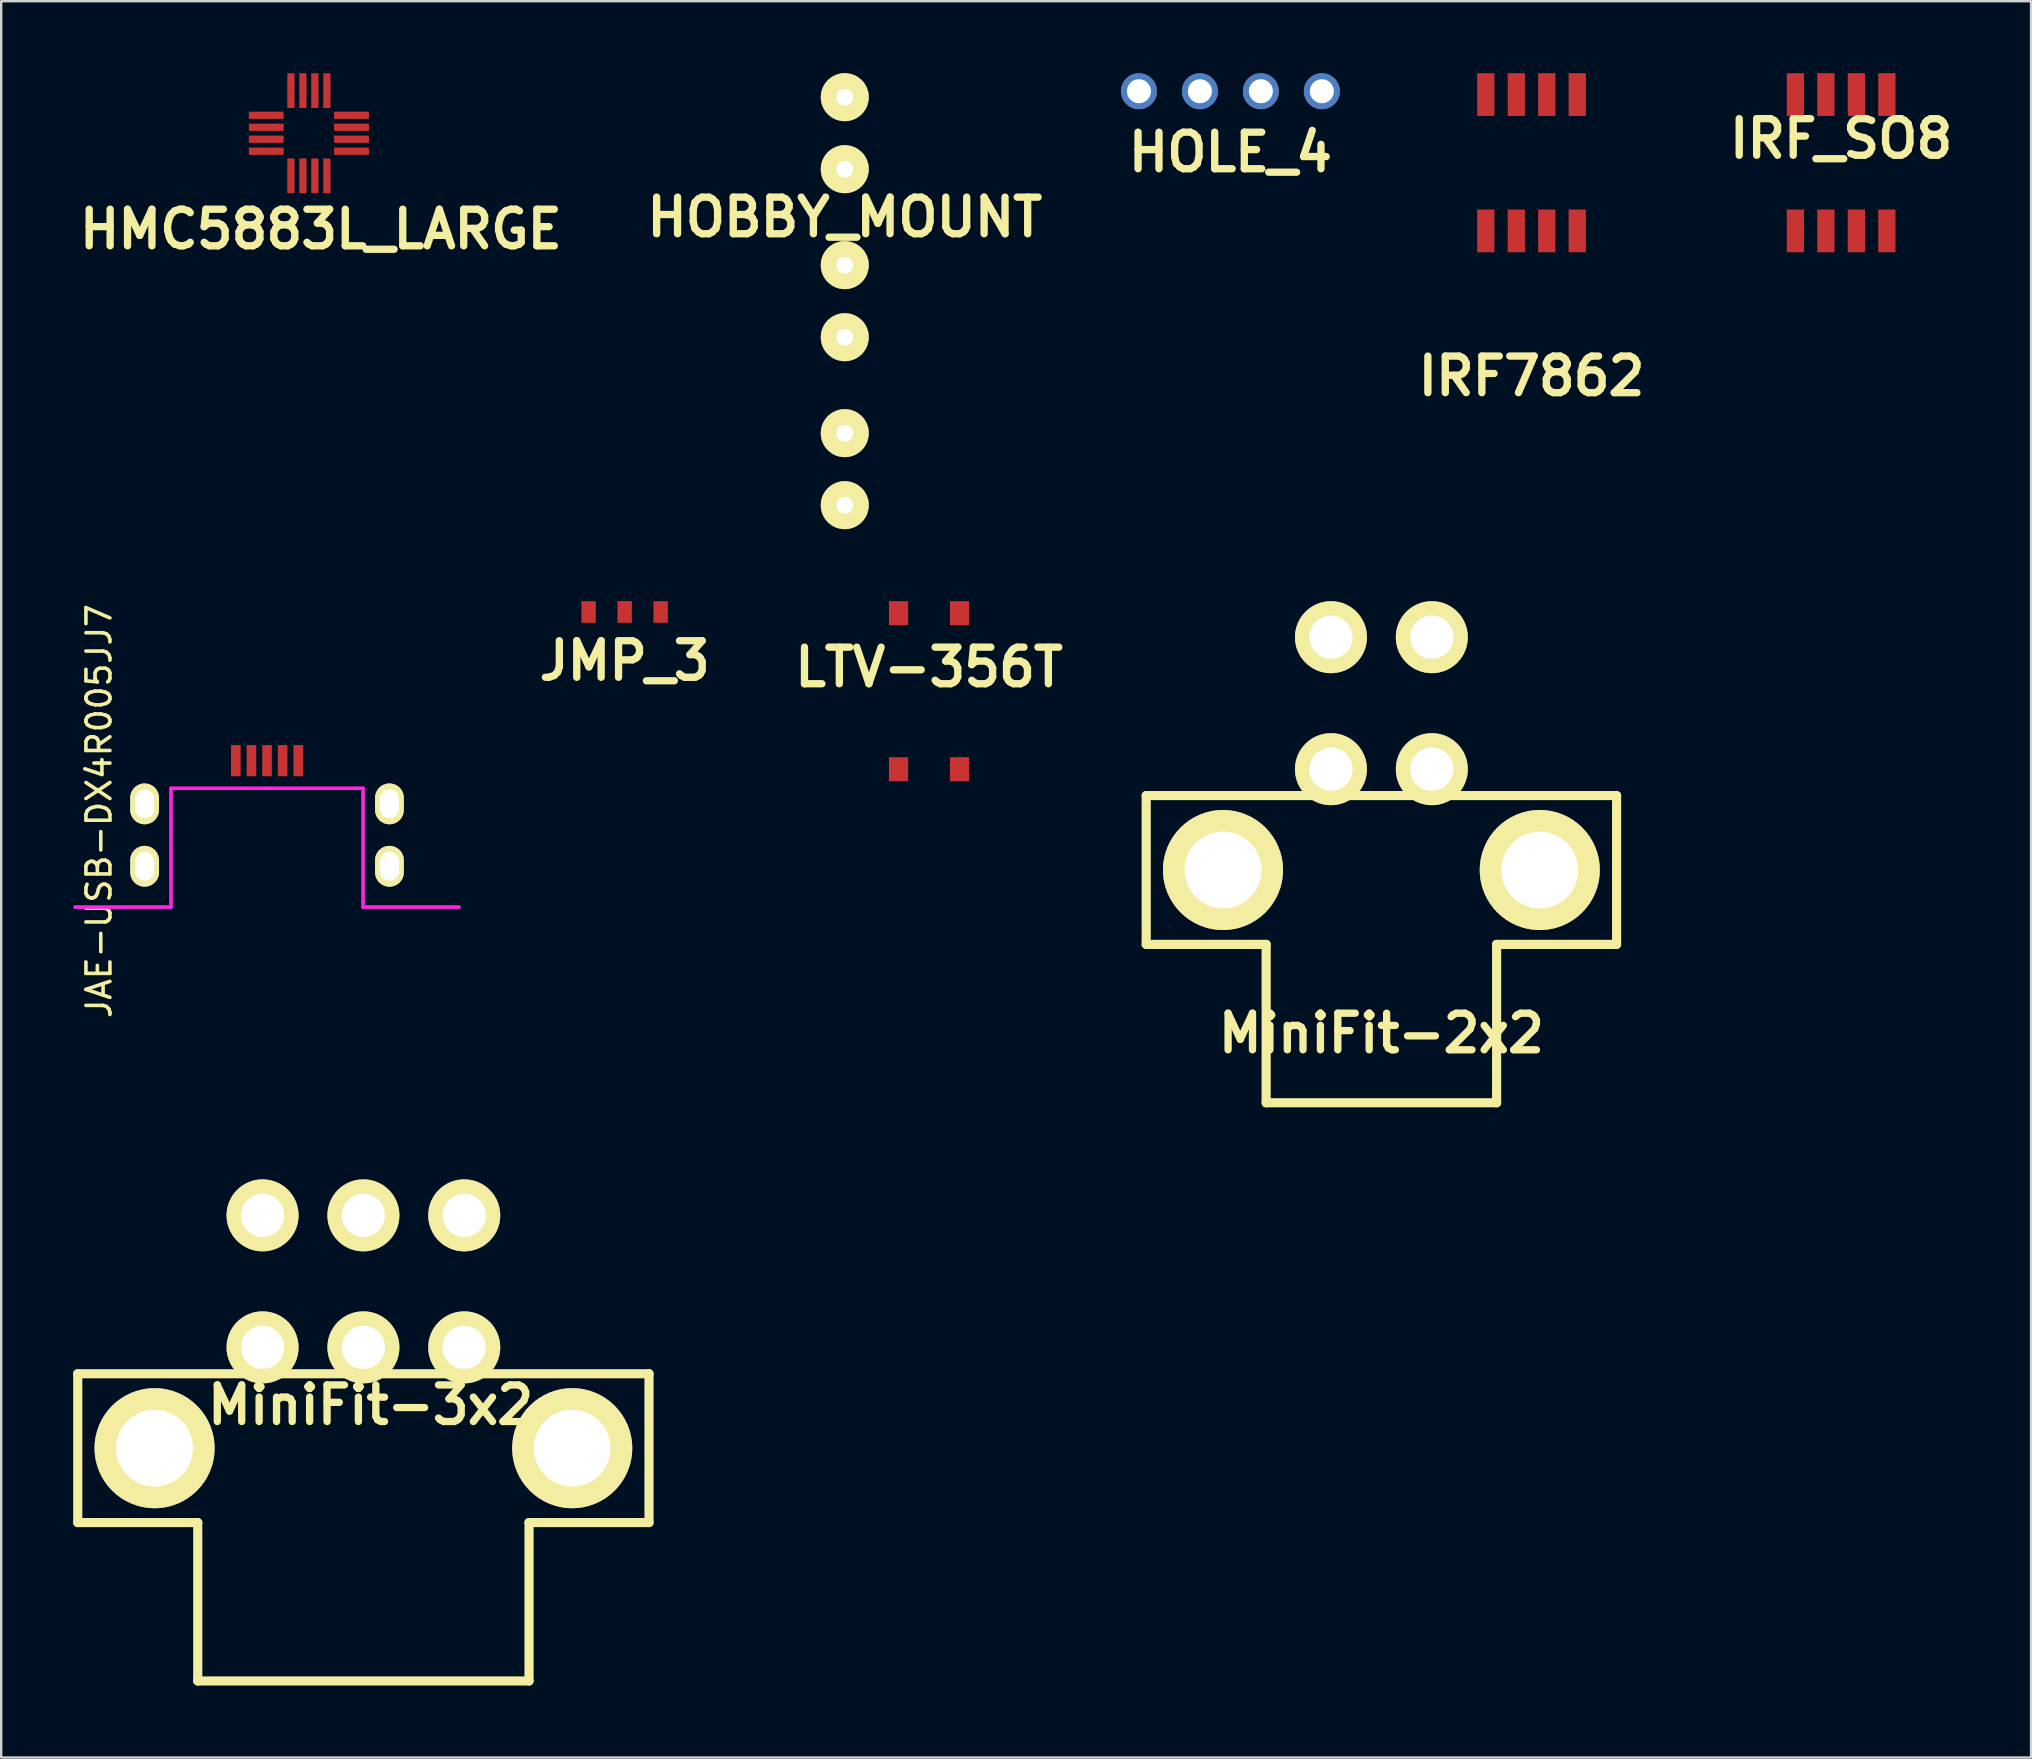
<source format=kicad_pcb>
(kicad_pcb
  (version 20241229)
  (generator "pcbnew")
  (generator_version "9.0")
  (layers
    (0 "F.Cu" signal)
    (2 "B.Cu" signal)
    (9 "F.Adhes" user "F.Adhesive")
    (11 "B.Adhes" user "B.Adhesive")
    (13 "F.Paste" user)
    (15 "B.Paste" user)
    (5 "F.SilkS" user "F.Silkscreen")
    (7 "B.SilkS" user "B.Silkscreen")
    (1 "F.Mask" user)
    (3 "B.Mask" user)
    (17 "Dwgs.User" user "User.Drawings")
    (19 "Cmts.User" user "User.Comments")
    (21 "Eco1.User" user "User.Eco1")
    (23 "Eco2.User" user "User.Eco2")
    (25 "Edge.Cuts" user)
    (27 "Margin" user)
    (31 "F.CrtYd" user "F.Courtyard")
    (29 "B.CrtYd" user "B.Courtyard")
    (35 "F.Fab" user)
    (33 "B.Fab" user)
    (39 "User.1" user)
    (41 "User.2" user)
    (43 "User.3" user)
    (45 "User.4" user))
  (footprint "IRF7862"
    (layer "F.Cu")
    (at 60.757 3.73)
    (property "Reference" "IRF7862" (at 0 8.89 0) (layer "F.SilkS") (effects (font (size 1.524 1.524) (thickness 0.305))))
    (attr through_hole)
    (pad "1" smd rect (at -1.905 2.84) (size 0.719 1.781) (layers "F.Cu" "F.Mask" "F.Paste"))
    (pad "2" smd rect (at -0.635 2.84) (size 0.719 1.781) (layers "F.Cu" "F.Mask" "F.Paste"))
    (pad "3" smd rect (at 0.635 2.84) (size 0.719 1.781) (layers "F.Cu" "F.Mask" "F.Paste"))
    (pad "4" smd rect (at 1.905 2.84) (size 0.719 1.781) (layers "F.Cu" "F.Mask" "F.Paste"))
    (pad "5" smd rect (at 1.905 -2.84) (size 0.719 1.781) (layers "F.Cu" "F.Mask" "F.Paste"))
    (pad "6" smd rect (at 0.635 -2.84) (size 0.719 1.781) (layers "F.Cu" "F.Mask" "F.Paste"))
    (pad "7" smd rect (at -0.635 -2.84) (size 0.719 1.781) (layers "F.Cu" "F.Mask" "F.Paste"))
    (pad "8" smd rect (at -1.905 -2.84) (size 0.719 1.781) (layers "F.Cu" "F.Mask" "F.Paste")))
  (footprint "JAE-USB-DX4R005JJ7"
    (layer "F.Cu")
    (at 8.075 34.741)
    (property "Reference" "JAE-USB-DX4R005JJ7" (at -7 -4 90) (layer "F.SilkS") (effects (font (size 1 1) (thickness 0.15))))
    (attr through_hole)
    (fp_line (start -4 -4.95) (end 0 -4.95) (stroke (width 0.15) (type solid)) (layer "F.CrtYd"))
    (fp_line (start -4 0) (end -8 0) (stroke (width 0.15) (type solid)) (layer "F.CrtYd"))
    (fp_line (start -4 0) (end -4 -4.95) (stroke (width 0.15) (type solid)) (layer "F.CrtYd"))
    (fp_line (start 0 -4.95) (end 4 -4.95) (stroke (width 0.15) (type solid)) (layer "F.CrtYd"))
    (fp_line (start 4 -4.95) (end 4 0) (stroke (width 0.15) (type solid)) (layer "F.CrtYd"))
    (fp_line (start 4 0) (end 8 0) (stroke (width 0.15) (type solid)) (layer "F.CrtYd"))
    (pad "1" smd rect (at -1.3 -6.1) (size 0.4 1.3) (layers "F.Cu" "F.Mask" "F.Paste"))
    (pad "2" smd rect (at -0.65 -6.1) (size 0.4 1.3) (layers "F.Cu" "F.Mask" "F.Paste"))
    (pad "3" smd rect (at 0 -6.1) (size 0.4 1.3) (layers "F.Cu" "F.Mask" "F.Paste"))
    (pad "4" smd rect (at 0.65 -6.1) (size 0.4 1.3) (layers "F.Cu" "F.Mask" "F.Paste"))
    (pad "5" smd rect (at 1.3 -6.1) (size 0.4 1.3) (layers "F.Cu" "F.Mask" "F.Paste"))
    (pad "6" thru_hole oval (at -5.1 -4.3) (size 1.2 1.7) (drill oval 0.8 1.2) (layers "*.Cu" "*.Mask" "F.SilkS"))
    (pad "7" thru_hole oval (at -5.1 -1.7) (size 1.2 1.7) (drill oval 0.8 1.2) (layers "*.Cu" "*.Mask" "F.SilkS"))
    (pad "8" thru_hole oval (at 5.1 -1.7) (size 1.2 1.7) (drill oval 0.8 1.2) (layers "*.Cu" "*.Mask" "F.SilkS"))
    (pad "9" thru_hole oval (at 5.1 -4.3) (size 1.2 1.7) (drill oval 0.8 1.2) (layers "*.Cu" "*.Mask" "F.SilkS")))
  (footprint "LTV-356T"
    (layer "F.Cu")
    (at 35.656 25.748)
    (property "Reference" "LTV-356T" (at 0 -1.001 0) (layer "F.SilkS") (effects (font (size 1.524 1.524) (thickness 0.305))))
    (attr through_hole)
    (pad "1" smd rect (at -1.27 3.251) (size 0.8 1.001) (layers "F.Cu" "F.Mask" "F.Paste"))
    (pad "2" smd rect (at 1.27 3.251) (size 0.8 1.001) (layers "F.Cu" "F.Mask" "F.Paste"))
    (pad "3" smd rect (at 1.27 -3.251) (size 0.8 1.001) (layers "F.Cu" "F.Mask" "F.Paste"))
    (pad "4" smd rect (at -1.27 -3.251) (size 0.8 1.001) (layers "F.Cu" "F.Mask" "F.Paste")))
  (footprint "JMP_3"
    (layer "F.Cu")
    (at 22.975 22.446)
    (property "Reference" "JMP_3" (at 0 2.032 0) (layer "F.SilkS") (effects (font (size 1.524 1.524) (thickness 0.305))))
    (attr through_hole)
    (pad "1" smd rect (at -1.501 0.003) (size 0.599 0.899) (layers "F.Cu" "F.Mask" "F.Paste"))
    (pad "2" smd rect (at 1.501 0) (size 0.599 0.899) (layers "F.Cu" "F.Mask" "F.Paste"))
    (pad "3" smd rect (at 0 0) (size 0.599 0.899) (layers "F.Cu" "F.Mask" "F.Paste")))
  (footprint "MiniFit-2x2"
    (layer "F.Cu")
    (at 54.502 28.996)
    (property "Reference" "MiniFit-2x2" (at 0 11.001 0) (layer "F.SilkS") (effects (font (size 1.524 1.524) (thickness 0.305))))
    (attr through_hole)
    (fp_line (start -9.799 1.1) (end -9.799 7.3) (stroke (width 0.381) (type solid)) (layer "F.SilkS"))
    (fp_line (start -9.799 7.3) (end -4.801 7.3) (stroke (width 0.381) (type solid)) (layer "F.SilkS"))
    (fp_line (start -4.801 7.3) (end -4.801 13.899) (stroke (width 0.381) (type solid)) (layer "F.SilkS"))
    (fp_line (start -4.801 13.899) (end 4.801 13.899) (stroke (width 0.381) (type solid)) (layer "F.SilkS"))
    (fp_line (start 4.801 7.3) (end 9.799 7.3) (stroke (width 0.381) (type solid)) (layer "F.SilkS"))
    (fp_line (start 4.801 13.899) (end 4.801 7.3) (stroke (width 0.381) (type solid)) (layer "F.SilkS"))
    (fp_line (start 9.799 1.1) (end -9.799 1.1) (stroke (width 0.381) (type solid)) (layer "F.SilkS"))
    (fp_line (start 9.799 7.3) (end 9.799 1.1) (stroke (width 0.381) (type solid)) (layer "F.SilkS"))
    (pad "1" thru_hole circle (at 2.101 0) (size 3 3) (drill 1.801) (layers "*.Cu" "*.Mask" "F.SilkS"))
    (pad "2" thru_hole circle (at -2.101 0) (size 3 3) (drill 1.801) (layers "*.Cu" "*.Mask" "F.SilkS"))
    (pad "3" thru_hole circle (at 2.101 -5.499) (size 3 3) (drill 1.801) (layers "*.Cu" "*.Mask" "F.SilkS"))
    (pad "4" thru_hole circle (at -2.101 -5.499) (size 3 3) (drill 1.801) (layers "*.Cu" "*.Mask" "F.SilkS"))
    (pad "5" thru_hole circle (at -6.599 4.201) (size 5.001 5.001) (drill 3.2) (layers "*.Cu" "*.Mask" "F.SilkS"))
    (pad "6" thru_hole circle (at 6.599 4.201) (size 5.001 5.001) (drill 3.2) (layers "*.Cu" "*.Mask" "F.SilkS")))
  (footprint "HOBBY_MOUNT"
    (layer "F.Cu")
    (at 32.145 9.498)
    (property "Reference" "HOBBY_MOUNT" (at 0 -3.5 0) (layer "F.SilkS") (effects (font (size 1.524 1.524) (thickness 0.305))))
    (attr through_hole)
    (pad "1" thru_hole circle (at 0 -8.499) (size 1.999 1.999) (drill 0.701) (layers "*.Cu" "*.Mask" "F.SilkS"))
    (pad "2" thru_hole circle (at 0 -5.499) (size 1.999 1.999) (drill 0.701) (layers "*.Cu" "*.Mask" "F.SilkS"))
    (pad "3" thru_hole circle (at 0 -1.501) (size 1.999 1.999) (drill 0.701) (layers "*.Cu" "*.Mask" "F.SilkS"))
    (pad "4" thru_hole circle (at 0 1.501) (size 1.999 1.999) (drill 0.701) (layers "*.Cu" "*.Mask" "F.SilkS"))
    (pad "5" thru_hole circle (at 0 5.499) (size 1.999 1.999) (drill 0.701) (layers "*.Cu" "*.Mask" "F.SilkS"))
    (pad "6" thru_hole circle (at 0 8.499) (size 1.999 1.999) (drill 0.701) (layers "*.Cu" "*.Mask" "F.SilkS")))
  (footprint "HOLE_4"
    (layer "F.Cu")
    (at 48.211 0.751)
    (property "Reference" "HOLE_4" (at 0 2.54 0) (layer "F.SilkS") (effects (font (size 1.524 1.524) (thickness 0.305))))
    (attr through_hole)
    (pad "1" thru_hole circle (at -3.81 0) (size 1.501 1.501) (drill 1.001) (layers "*.Cu"))
    (pad "2" thru_hole circle (at -1.27 0) (size 1.501 1.501) (drill 1.001) (layers "*.Cu"))
    (pad "3" thru_hole circle (at 1.27 0) (size 1.501 1.501) (drill 1.001) (layers "*.Cu"))
    (pad "4" thru_hole circle (at 3.81 0) (size 1.501 1.501) (drill 1.001) (layers "*.Cu")))
  (footprint "HMC5883L_LARGE"
    (layer "F.Cu")
    (at 9.819 2.501)
    (property "Reference" "HMC5883L_LARGE" (at 0.5 4 0) (layer "F.SilkS") (effects (font (size 1.524 1.524) (thickness 0.305))))
    (attr through_hole)
    (pad "1" smd rect (at -1.775 -0.749) (size 1.45 0.3) (layers "F.Cu" "F.Mask" "F.Paste"))
    (pad "2" smd rect (at -1.775 -0.249) (size 1.45 0.3) (layers "F.Cu" "F.Mask" "F.Paste"))
    (pad "3" smd rect (at -1.775 0.249) (size 1.45 0.3) (layers "F.Cu" "F.Mask" "F.Paste"))
    (pad "4" smd rect (at -1.775 0.749) (size 1.45 0.3) (layers "F.Cu" "F.Mask" "F.Paste"))
    (pad "5" smd rect (at -0.749 1.775 90) (size 1.45 0.3) (layers "F.Cu" "F.Mask" "F.Paste"))
    (pad "6" smd rect (at -0.249 1.775 90) (size 1.45 0.3) (layers "F.Cu" "F.Mask" "F.Paste"))
    (pad "7" smd rect (at 0.249 1.775 90) (size 1.45 0.3) (layers "F.Cu" "F.Mask" "F.Paste"))
    (pad "8" smd rect (at 0.749 1.775 90) (size 1.45 0.3) (layers "F.Cu" "F.Mask" "F.Paste"))
    (pad "9" smd rect (at 1.775 0.749 180) (size 1.45 0.3) (layers "F.Cu" "F.Mask" "F.Paste"))
    (pad "10" smd rect (at 1.775 0.249 180) (size 1.45 0.3) (layers "F.Cu" "F.Mask" "F.Paste"))
    (pad "11" smd rect (at 1.775 -0.249 180) (size 1.45 0.3) (layers "F.Cu" "F.Mask" "F.Paste"))
    (pad "12" smd rect (at 1.775 -0.749 180) (size 1.45 0.3) (layers "F.Cu" "F.Mask" "F.Paste"))
    (pad "13" smd rect (at 0.749 -1.775 270) (size 1.45 0.3) (layers "F.Cu" "F.Mask" "F.Paste"))
    (pad "14" smd rect (at 0.249 -1.775 270) (size 1.45 0.3) (layers "F.Cu" "F.Mask" "F.Paste"))
    (pad "15" smd rect (at -0.249 -1.775 270) (size 1.45 0.3) (layers "F.Cu" "F.Mask" "F.Paste"))
    (pad "16" smd rect (at -0.749 -1.775 270) (size 1.45 0.3) (layers "F.Cu" "F.Mask" "F.Paste")))
  (footprint "MiniFit-3x2"
    (layer "F.Cu")
    (at 12.09 53.084)
    (property "Reference" "MiniFit-3x2" (at 0.3 2.4 0) (layer "F.SilkS") (effects (font (size 1.524 1.524) (thickness 0.305))))
    (attr through_hole)
    (fp_line (start -11.9 1.1) (end -11.9 7.3) (stroke (width 0.381) (type solid)) (layer "F.SilkS"))
    (fp_line (start -11.9 7.3) (end -6.901 7.3) (stroke (width 0.381) (type solid)) (layer "F.SilkS"))
    (fp_line (start -6.901 7.3) (end -6.901 13.899) (stroke (width 0.381) (type solid)) (layer "F.SilkS"))
    (fp_line (start -6.901 13.899) (end 6.901 13.899) (stroke (width 0.381) (type solid)) (layer "F.SilkS"))
    (fp_line (start 6.901 7.3) (end 11.9 7.3) (stroke (width 0.381) (type solid)) (layer "F.SilkS"))
    (fp_line (start 6.901 13.899) (end 6.901 7.3) (stroke (width 0.381) (type solid)) (layer "F.SilkS"))
    (fp_line (start 11.9 1.1) (end -11.9 1.1) (stroke (width 0.381) (type solid)) (layer "F.SilkS"))
    (fp_line (start 11.9 7.3) (end 11.9 1.1) (stroke (width 0.381) (type solid)) (layer "F.SilkS"))
    (pad "1" thru_hole circle (at 4.201 0) (size 3 3) (drill 1.801) (layers "*.Cu" "*.Mask" "F.SilkS"))
    (pad "2" thru_hole circle (at 0 0) (size 3 3) (drill 1.801) (layers "*.Cu" "*.Mask" "F.SilkS"))
    (pad "3" thru_hole circle (at -4.201 0) (size 3 3) (drill 1.801) (layers "*.Cu" "*.Mask" "F.SilkS"))
    (pad "4" thru_hole circle (at 4.201 -5.499) (size 3 3) (drill 1.801) (layers "*.Cu" "*.Mask" "F.SilkS"))
    (pad "5" thru_hole circle (at 0 -5.499) (size 3 3) (drill 1.801) (layers "*.Cu" "*.Mask" "F.SilkS"))
    (pad "6" thru_hole circle (at -4.201 -5.499) (size 3 3) (drill 1.801) (layers "*.Cu" "*.Mask" "F.SilkS"))
    (pad "7" thru_hole circle (at 8.7 4.201) (size 5.001 5.001) (drill 3.2) (layers "*.Cu" "*.Mask" "F.SilkS"))
    (pad "8" thru_hole circle (at -8.7 4.201) (size 5.001 5.001) (drill 3.2) (layers "*.Cu" "*.Mask" "F.SilkS")))
  (footprint "IRF_SO8"
    (layer "F.Cu")
    (at 73.656 3.73)
    (property "Reference" "IRF_SO8" (at 0 -1.001 0) (layer "F.SilkS") (effects (font (size 1.524 1.524) (thickness 0.305))))
    (attr through_hole)
    (pad "1" smd rect (at -1.905 2.84) (size 0.719 1.781) (layers "F.Cu" "F.Mask" "F.Paste"))
    (pad "2" smd rect (at -0.635 2.84) (size 0.719 1.781) (layers "F.Cu" "F.Mask" "F.Paste"))
    (pad "3" smd rect (at 0.635 2.84) (size 0.719 1.781) (layers "F.Cu" "F.Mask" "F.Paste"))
    (pad "4" smd rect (at 1.905 2.84) (size 0.719 1.781) (layers "F.Cu" "F.Mask" "F.Paste"))
    (pad "5" smd rect (at 1.905 -2.84) (size 0.719 1.781) (layers "F.Cu" "F.Mask" "F.Paste"))
    (pad "6" smd rect (at 0.635 -2.84) (size 0.719 1.781) (layers "F.Cu" "F.Mask" "F.Paste"))
    (pad "7" smd rect (at -0.635 -2.84) (size 0.719 1.781) (layers "F.Cu" "F.Mask" "F.Paste"))
    (pad "8" smd rect (at -1.905 -2.84) (size 0.719 1.781) (layers "F.Cu" "F.Mask" "F.Paste")))
  (gr_rect
    (start -3 -3)
    (end 81.569 70.173)
    (stroke (width 0.1) (type default))
    (fill no)
    (layer "Edge.Cuts")))
</source>
